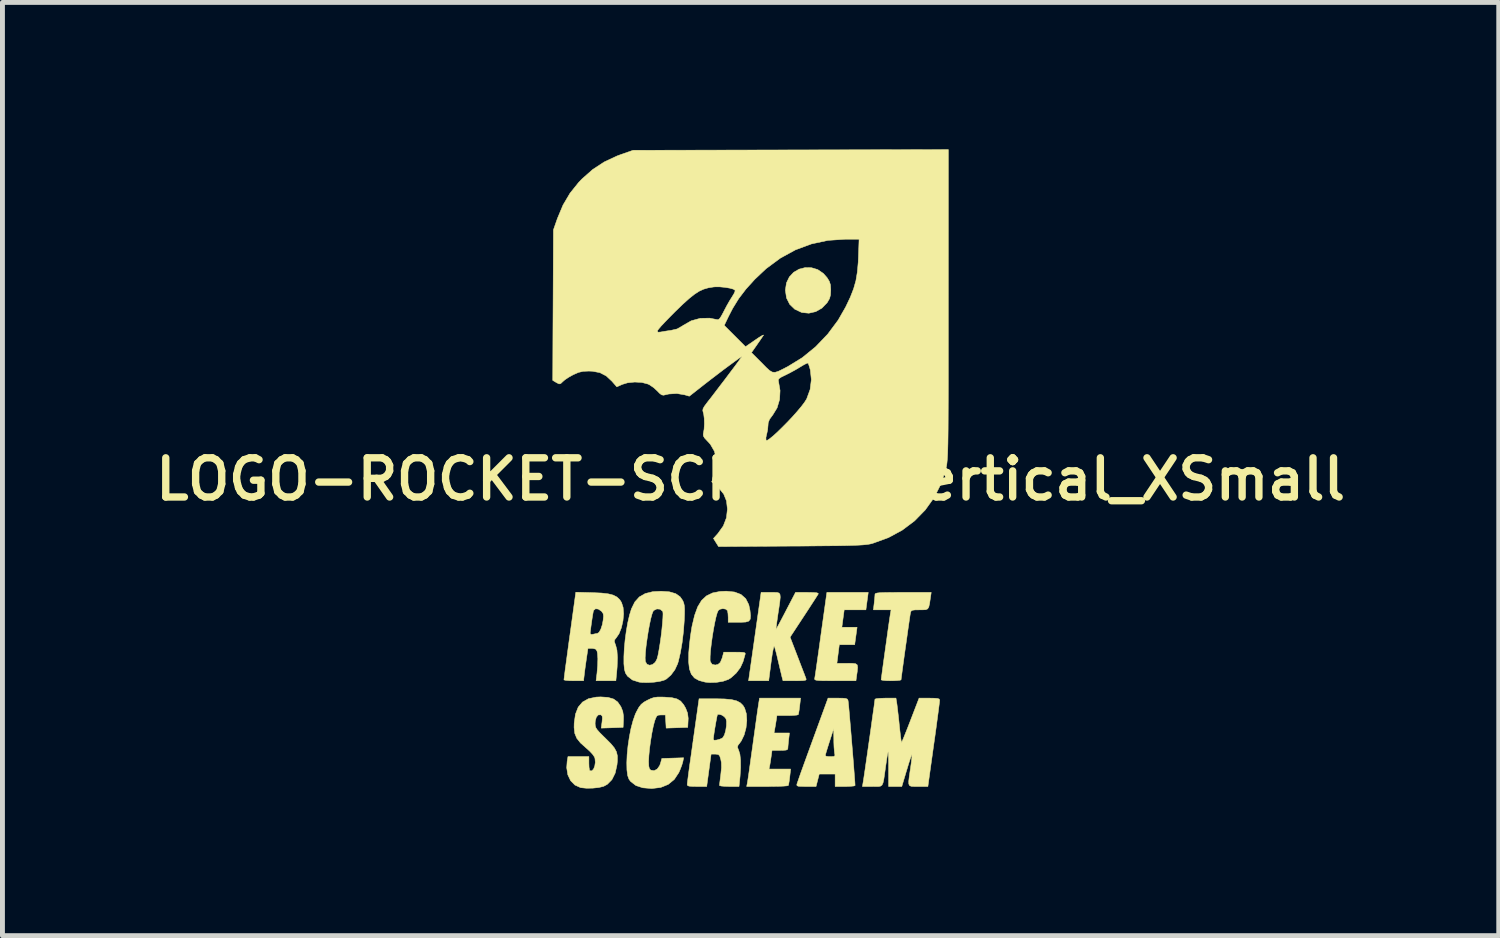
<source format=kicad_pcb>
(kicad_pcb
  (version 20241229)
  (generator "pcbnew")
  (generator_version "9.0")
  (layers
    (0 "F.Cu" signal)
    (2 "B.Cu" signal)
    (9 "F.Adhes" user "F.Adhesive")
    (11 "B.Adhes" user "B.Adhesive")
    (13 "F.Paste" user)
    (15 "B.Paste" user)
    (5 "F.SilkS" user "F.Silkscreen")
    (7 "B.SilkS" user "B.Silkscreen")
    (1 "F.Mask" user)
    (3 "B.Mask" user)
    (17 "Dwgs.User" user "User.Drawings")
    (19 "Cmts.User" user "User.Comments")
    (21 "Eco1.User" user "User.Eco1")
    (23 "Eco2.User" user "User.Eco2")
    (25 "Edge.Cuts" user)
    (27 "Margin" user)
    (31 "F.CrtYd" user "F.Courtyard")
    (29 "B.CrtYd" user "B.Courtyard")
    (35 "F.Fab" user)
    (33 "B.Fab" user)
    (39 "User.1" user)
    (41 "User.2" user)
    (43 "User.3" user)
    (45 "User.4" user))
  (footprint "LOGO-ROCKET-SCREAM_Vertical_XSmall"
    (layer "F.Cu")
    (at 12.278 6.737)
    (property "Reference" "LOGO-ROCKET-SCREAM_Vertical_XSmall" (at 0 0 0) (layer "F.SilkS") (effects (font (size 0.8 0.8) (thickness 0.15))))
    (attr through_hole)
    (fp_poly (pts (xy 1.243 -4.32) (xy 1.37 -4.282) (xy 1.486 -4.203) (xy 1.562 -4.117) (xy 1.608 -4.042) (xy 1.631 -3.97) (xy 1.637 -3.877) (xy 1.637 -3.861) (xy 1.632 -3.763) (xy 1.612 -3.689) (xy 1.57 -3.616) (xy 1.562 -3.604) (xy 1.457 -3.495) (xy 1.33 -3.423) (xy 1.19 -3.391) (xy 1.05 -3.405) (xy 1.042 -3.407) (xy 0.903 -3.472) (xy 0.799 -3.572) (xy 0.734 -3.702) (xy 0.711 -3.859) (xy 0.711 -3.864) (xy 0.733 -4.01) (xy 0.792 -4.132) (xy 0.88 -4.226) (xy 0.99 -4.29) (xy 1.114 -4.322) (xy 1.243 -4.32)) (stroke (width 0.01) (type solid)) (fill yes) (layer "F.SilkS"))
    (fp_poly (pts (xy 2.355 2.667) (xy 1.912 2.667) (xy 1.864 3.023) (xy 2.175 3.023) (xy 2.126 3.378) (xy 1.812 3.378) (xy 1.763 3.759) (xy 1.974 3.759) (xy 2.08 3.76) (xy 2.145 3.767) (xy 2.178 3.792) (xy 2.186 3.843) (xy 2.178 3.929) (xy 2.168 3.997) (xy 2.152 4.115) (xy 1.726 4.115) (xy 1.57 4.114) (xy 1.457 4.113) (xy 1.382 4.109) (xy 1.336 4.103) (xy 1.314 4.093) (xy 1.308 4.079) (xy 1.309 4.07) (xy 1.315 4.035) (xy 1.327 3.956) (xy 1.344 3.839) (xy 1.365 3.69) (xy 1.39 3.516) (xy 1.417 3.322) (xy 1.438 3.169) (xy 1.558 2.311) (xy 2.403 2.311) (xy 2.355 2.667)) (stroke (width 0.01) (type solid)) (fill yes) (layer "F.SilkS"))
    (fp_poly (pts (xy 1.003 4.629) (xy 0.992 4.715) (xy 0.981 4.78) (xy 0.974 4.807) (xy 0.945 4.816) (xy 0.878 4.822) (xy 0.785 4.826) (xy 0.75 4.826) (xy 0.538 4.826) (xy 0.522 4.934) (xy 0.508 5.021) (xy 0.494 5.099) (xy 0.492 5.112) (xy 0.479 5.182) (xy 0.794 5.182) (xy 0.778 5.315) (xy 0.769 5.4) (xy 0.763 5.469) (xy 0.762 5.493) (xy 0.755 5.517) (xy 0.725 5.531) (xy 0.663 5.536) (xy 0.6 5.537) (xy 0.438 5.537) (xy 0.421 5.658) (xy 0.408 5.747) (xy 0.395 5.827) (xy 0.391 5.848) (xy 0.377 5.918) (xy 0.818 5.918) (xy 0.8 6.077) (xy 0.789 6.163) (xy 0.778 6.228) (xy 0.77 6.255) (xy 0.742 6.261) (xy 0.672 6.267) (xy 0.569 6.271) (xy 0.441 6.273) (xy 0.339 6.274) (xy -0.08 6.274) (xy -0.066 6.204) (xy -0.059 6.162) (xy -0.046 6.076) (xy -0.028 5.954) (xy -0.007 5.802) (xy 0.017 5.628) (xy 0.044 5.438) (xy 0.051 5.385) (xy 0.078 5.191) (xy 0.103 5.011) (xy 0.125 4.851) (xy 0.144 4.717) (xy 0.159 4.618) (xy 0.168 4.56) (xy 0.169 4.553) (xy 0.183 4.47) (xy 1.021 4.47) (xy 1.003 4.629)) (stroke (width 0.01) (type solid)) (fill yes) (layer "F.SilkS"))
    (fp_poly (pts (xy 0.546 2.313) (xy 0.582 2.325) (xy 0.601 2.354) (xy 0.606 2.408) (xy 0.598 2.492) (xy 0.581 2.614) (xy 0.561 2.743) (xy 0.544 2.863) (xy 0.53 2.964) (xy 0.521 3.034) (xy 0.518 3.065) (xy 0.518 3.066) (xy 0.531 3.046) (xy 0.563 2.989) (xy 0.61 2.901) (xy 0.669 2.789) (xy 0.72 2.691) (xy 0.918 2.311) (xy 1.159 2.311) (xy 1.275 2.313) (xy 1.346 2.318) (xy 1.379 2.328) (xy 1.382 2.343) (xy 1.363 2.373) (xy 1.321 2.439) (xy 1.26 2.533) (xy 1.185 2.649) (xy 1.1 2.779) (xy 1.086 2.8) (xy 0.807 3.225) (xy 0.961 3.625) (xy 1.013 3.761) (xy 1.06 3.883) (xy 1.098 3.981) (xy 1.123 4.048) (xy 1.132 4.07) (xy 1.135 4.091) (xy 1.121 4.104) (xy 1.08 4.111) (xy 1.005 4.114) (xy 0.905 4.115) (xy 0.662 4.115) (xy 0.637 4.02) (xy 0.621 3.952) (xy 0.597 3.852) (xy 0.57 3.737) (xy 0.557 3.683) (xy 0.532 3.576) (xy 0.508 3.485) (xy 0.49 3.424) (xy 0.484 3.408) (xy 0.475 3.42) (xy 0.461 3.474) (xy 0.444 3.563) (xy 0.427 3.679) (xy 0.418 3.745) (xy 0.37 4.115) (xy -0.041 4.115) (xy 0.215 2.311) (xy 0.412 2.311) (xy 0.49 2.311) (xy 0.546 2.313)) (stroke (width 0.01) (type solid)) (fill yes) (layer "F.SilkS"))
    (fp_poly (pts (xy 3.671 2.432) (xy 3.655 2.542) (xy 3.639 2.61) (xy 3.615 2.648) (xy 3.574 2.664) (xy 3.507 2.667) (xy 3.452 2.667) (xy 3.359 2.668) (xy 3.306 2.675) (xy 3.279 2.691) (xy 3.267 2.719) (xy 3.266 2.724) (xy 3.259 2.763) (xy 3.247 2.843) (xy 3.231 2.955) (xy 3.211 3.092) (xy 3.19 3.245) (xy 3.167 3.406) (xy 3.144 3.568) (xy 3.123 3.721) (xy 3.104 3.859) (xy 3.089 3.972) (xy 3.078 4.053) (xy 3.073 4.093) (xy 3.073 4.096) (xy 3.05 4.105) (xy 2.988 4.111) (xy 2.899 4.115) (xy 2.87 4.115) (xy 2.776 4.113) (xy 2.705 4.107) (xy 2.669 4.098) (xy 2.667 4.096) (xy 2.67 4.066) (xy 2.68 3.994) (xy 2.694 3.887) (xy 2.712 3.755) (xy 2.733 3.605) (xy 2.755 3.446) (xy 2.778 3.284) (xy 2.799 3.13) (xy 2.819 2.989) (xy 2.836 2.872) (xy 2.849 2.786) (xy 2.856 2.738) (xy 2.857 2.737) (xy 2.869 2.667) (xy 2.508 2.667) (xy 2.524 2.534) (xy 2.533 2.449) (xy 2.539 2.38) (xy 2.54 2.356) (xy 2.543 2.341) (xy 2.557 2.331) (xy 2.588 2.323) (xy 2.642 2.317) (xy 2.725 2.314) (xy 2.843 2.312) (xy 3.002 2.311) (xy 3.114 2.311) (xy 3.689 2.311) (xy 3.671 2.432)) (stroke (width 0.01) (type solid)) (fill yes) (layer "F.SilkS"))
    (fp_poly (pts (xy 1.881 4.471) (xy 1.942 4.477) (xy 1.974 4.489) (xy 1.988 4.511) (xy 1.992 4.528) (xy 1.996 4.562) (xy 2.004 4.64) (xy 2.014 4.753) (xy 2.026 4.895) (xy 2.04 5.059) (xy 2.055 5.236) (xy 2.07 5.419) (xy 2.085 5.601) (xy 2.099 5.774) (xy 2.111 5.932) (xy 2.121 6.066) (xy 2.129 6.17) (xy 2.133 6.236) (xy 2.134 6.255) (xy 2.11 6.264) (xy 2.048 6.27) (xy 1.959 6.274) (xy 1.93 6.274) (xy 1.727 6.274) (xy 1.727 6.02) (xy 1.402 6.02) (xy 1.337 6.274) (xy 1.135 6.274) (xy 1.035 6.273) (xy 0.976 6.269) (xy 0.949 6.258) (xy 0.944 6.239) (xy 0.948 6.22) (xy 0.96 6.185) (xy 0.987 6.107) (xy 1.027 5.993) (xy 1.079 5.849) (xy 1.14 5.681) (xy 1.153 5.645) (xy 1.524 5.645) (xy 1.547 5.657) (xy 1.603 5.664) (xy 1.629 5.664) (xy 1.694 5.662) (xy 1.721 5.649) (xy 1.721 5.618) (xy 1.718 5.607) (xy 1.711 5.556) (xy 1.704 5.47) (xy 1.7 5.364) (xy 1.7 5.321) (xy 1.697 5.093) (xy 1.611 5.359) (xy 1.576 5.469) (xy 1.548 5.56) (xy 1.53 5.623) (xy 1.524 5.645) (xy 1.153 5.645) (xy 1.208 5.494) (xy 1.272 5.319) (xy 1.582 4.47) (xy 1.781 4.47) (xy 1.881 4.471)) (stroke (width 0.01) (type solid)) (fill yes) (layer "F.SilkS"))
    (fp_poly (pts (xy -1.748 4.45) (xy -1.607 4.461) (xy -1.504 4.486) (xy -1.428 4.531) (xy -1.367 4.604) (xy -1.326 4.675) (xy -1.287 4.775) (xy -1.274 4.881) (xy -1.276 4.928) (xy -1.283 5.067) (xy -1.724 5.082) (xy -1.74 4.813) (xy -1.829 4.813) (xy -1.882 4.817) (xy -1.915 4.836) (xy -1.939 4.882) (xy -1.96 4.94) (xy -1.987 5.044) (xy -2.015 5.182) (xy -2.041 5.339) (xy -2.063 5.499) (xy -2.077 5.646) (xy -2.083 5.764) (xy -2.083 5.766) (xy -2.079 5.857) (xy -2.067 5.91) (xy -2.042 5.938) (xy -2.037 5.941) (xy -1.97 5.952) (xy -1.907 5.919) (xy -1.857 5.849) (xy -1.84 5.803) (xy -1.812 5.702) (xy -1.589 5.695) (xy -1.367 5.688) (xy -1.384 5.771) (xy -1.405 5.842) (xy -1.44 5.932) (xy -1.465 5.99) (xy -1.558 6.13) (xy -1.682 6.232) (xy -1.836 6.294) (xy -2.018 6.316) (xy -2.2 6.301) (xy -2.34 6.256) (xy -2.448 6.173) (xy -2.482 6.128) (xy -2.51 6.052) (xy -2.525 5.936) (xy -2.528 5.79) (xy -2.521 5.623) (xy -2.503 5.444) (xy -2.476 5.263) (xy -2.442 5.088) (xy -2.4 4.93) (xy -2.353 4.796) (xy -2.331 4.75) (xy -2.281 4.658) (xy -2.234 4.597) (xy -2.176 4.551) (xy -2.108 4.513) (xy -2.034 4.478) (xy -1.97 4.457) (xy -1.9 4.448) (xy -1.804 4.448) (xy -1.748 4.45)) (stroke (width 0.01) (type solid)) (fill yes) (layer "F.SilkS"))
    (fp_poly (pts (xy -2.911 4.455) (xy -2.798 4.488) (xy -2.714 4.549) (xy -2.65 4.642) (xy -2.647 4.648) (xy -2.61 4.74) (xy -2.596 4.835) (xy -2.596 4.915) (xy -2.603 5.067) (xy -2.827 5.075) (xy -3.05 5.082) (xy -3.033 4.954) (xy -3.026 4.876) (xy -3.032 4.834) (xy -3.054 4.813) (xy -3.061 4.81) (xy -3.111 4.813) (xy -3.15 4.858) (xy -3.172 4.937) (xy -3.175 4.987) (xy -3.172 5.033) (xy -3.16 5.073) (xy -3.131 5.118) (xy -3.08 5.175) (xy -3.001 5.254) (xy -2.961 5.293) (xy -2.854 5.4) (xy -2.782 5.487) (xy -2.739 5.567) (xy -2.72 5.65) (xy -2.72 5.75) (xy -2.728 5.833) (xy -2.765 6.001) (xy -2.832 6.135) (xy -2.927 6.231) (xy -3.001 6.271) (xy -3.099 6.295) (xy -3.223 6.308) (xy -3.351 6.31) (xy -3.459 6.299) (xy -3.472 6.297) (xy -3.587 6.245) (xy -3.675 6.156) (xy -3.732 6.036) (xy -3.755 5.892) (xy -3.746 5.764) (xy -3.729 5.664) (xy -3.302 5.664) (xy -3.302 5.802) (xy -3.299 5.881) (xy -3.29 5.937) (xy -3.282 5.953) (xy -3.242 5.955) (xy -3.207 5.919) (xy -3.182 5.857) (xy -3.171 5.782) (xy -3.177 5.706) (xy -3.187 5.673) (xy -3.223 5.62) (xy -3.286 5.552) (xy -3.36 5.486) (xy -3.474 5.384) (xy -3.549 5.29) (xy -3.59 5.19) (xy -3.604 5.071) (xy -3.602 4.98) (xy -3.576 4.797) (xy -3.52 4.654) (xy -3.432 4.55) (xy -3.311 4.482) (xy -3.154 4.449) (xy -3.062 4.445) (xy -2.911 4.455)) (stroke (width 0.01) (type solid)) (fill yes) (layer "F.SilkS"))
    (fp_poly (pts (xy -1.658 2.299) (xy -1.53 2.336) (xy -1.439 2.4) (xy -1.385 2.478) (xy -1.365 2.527) (xy -1.353 2.582) (xy -1.348 2.652) (xy -1.349 2.751) (xy -1.354 2.881) (xy -1.371 3.111) (xy -1.398 3.336) (xy -1.434 3.544) (xy -1.475 3.72) (xy -1.49 3.768) (xy -1.546 3.89) (xy -1.627 3.999) (xy -1.72 4.08) (xy -1.765 4.103) (xy -1.852 4.127) (xy -1.969 4.144) (xy -2.097 4.152) (xy -2.216 4.15) (xy -2.276 4.143) (xy -2.413 4.099) (xy -2.513 4.021) (xy -2.555 3.957) (xy -2.576 3.882) (xy -2.587 3.768) (xy -2.587 3.646) (xy -2.153 3.646) (xy -2.15 3.714) (xy -2.149 3.721) (xy -2.116 3.778) (xy -2.063 3.798) (xy -2.002 3.784) (xy -1.947 3.738) (xy -1.911 3.671) (xy -1.891 3.597) (xy -1.871 3.491) (xy -1.85 3.363) (xy -1.83 3.224) (xy -1.813 3.083) (xy -1.8 2.951) (xy -1.791 2.836) (xy -1.788 2.75) (xy -1.792 2.702) (xy -1.794 2.698) (xy -1.847 2.654) (xy -1.914 2.648) (xy -1.975 2.678) (xy -1.991 2.697) (xy -2.013 2.753) (xy -2.039 2.849) (xy -2.065 2.973) (xy -2.091 3.115) (xy -2.114 3.265) (xy -2.134 3.41) (xy -2.147 3.541) (xy -2.153 3.646) (xy -2.587 3.646) (xy -2.587 3.623) (xy -2.579 3.457) (xy -2.562 3.279) (xy -2.538 3.1) (xy -2.508 2.928) (xy -2.472 2.773) (xy -2.433 2.646) (xy -2.364 2.506) (xy -2.272 2.403) (xy -2.151 2.334) (xy -1.997 2.296) (xy -1.826 2.287) (xy -1.658 2.299)) (stroke (width 0.01) (type solid)) (fill yes) (layer "F.SilkS"))
    (fp_poly (pts (xy -0.328 2.303) (xy -0.196 2.353) (xy -0.099 2.439) (xy -0.037 2.561) (xy -0.012 2.678) (xy -0.001 2.787) (xy -0.007 2.857) (xy -0.037 2.897) (xy -0.1 2.916) (xy -0.203 2.921) (xy -0.243 2.921) (xy -0.457 2.921) (xy -0.457 2.821) (xy -0.461 2.746) (xy -0.47 2.689) (xy -0.473 2.682) (xy -0.508 2.652) (xy -0.567 2.642) (xy -0.627 2.655) (xy -0.659 2.678) (xy -0.681 2.726) (xy -0.706 2.814) (xy -0.732 2.932) (xy -0.758 3.07) (xy -0.782 3.217) (xy -0.802 3.364) (xy -0.818 3.5) (xy -0.826 3.614) (xy -0.827 3.697) (xy -0.822 3.725) (xy -0.787 3.779) (xy -0.722 3.794) (xy -0.666 3.782) (xy -0.618 3.741) (xy -0.582 3.655) (xy -0.579 3.646) (xy -0.548 3.531) (xy -0.323 3.531) (xy -0.216 3.532) (xy -0.15 3.536) (xy -0.117 3.545) (xy -0.108 3.561) (xy -0.111 3.575) (xy -0.126 3.627) (xy -0.147 3.702) (xy -0.155 3.728) (xy -0.209 3.846) (xy -0.296 3.961) (xy -0.401 4.055) (xy -0.454 4.088) (xy -0.563 4.126) (xy -0.699 4.148) (xy -0.839 4.152) (xy -0.927 4.143) (xy -1.052 4.11) (xy -1.146 4.058) (xy -1.21 3.981) (xy -1.249 3.874) (xy -1.265 3.731) (xy -1.263 3.546) (xy -1.262 3.535) (xy -1.249 3.382) (xy -1.229 3.21) (xy -1.204 3.049) (xy -1.195 2.997) (xy -1.143 2.779) (xy -1.08 2.606) (xy -1.001 2.475) (xy -0.901 2.382) (xy -0.778 2.322) (xy -0.627 2.292) (xy -0.497 2.286) (xy -0.328 2.303)) (stroke (width 0.01) (type solid)) (fill yes) (layer "F.SilkS"))
    (fp_poly (pts (xy -3.226 2.316) (xy -3.045 2.324) (xy -2.908 2.34) (xy -2.805 2.366) (xy -2.728 2.406) (xy -2.671 2.461) (xy -2.636 2.516) (xy -2.603 2.618) (xy -2.593 2.748) (xy -2.606 2.891) (xy -2.638 3.032) (xy -2.687 3.156) (xy -2.745 3.24) (xy -2.776 3.279) (xy -2.781 3.316) (xy -2.762 3.373) (xy -2.756 3.386) (xy -2.729 3.491) (xy -2.719 3.64) (xy -2.725 3.834) (xy -2.734 3.943) (xy -2.751 4.115) (xy -3.155 4.115) (xy -3.136 3.959) (xy -3.123 3.803) (xy -3.119 3.665) (xy -3.126 3.558) (xy -3.136 3.509) (xy -3.163 3.469) (xy -3.22 3.455) (xy -3.237 3.454) (xy -3.321 3.454) (xy -3.349 3.643) (xy -3.366 3.761) (xy -3.383 3.883) (xy -3.394 3.973) (xy -3.411 4.115) (xy -3.61 4.115) (xy -3.704 4.113) (xy -3.775 4.107) (xy -3.81 4.098) (xy -3.811 4.096) (xy -3.808 4.067) (xy -3.799 3.994) (xy -3.785 3.882) (xy -3.765 3.737) (xy -3.742 3.566) (xy -3.716 3.373) (xy -3.691 3.192) (xy -3.685 3.151) (xy -3.277 3.151) (xy -3.256 3.17) (xy -3.219 3.166) (xy -3.161 3.153) (xy -3.131 3.15) (xy -3.094 3.126) (xy -3.058 3.062) (xy -3.027 2.968) (xy -3.011 2.879) (xy -3.003 2.796) (xy -3.01 2.745) (xy -3.036 2.705) (xy -3.046 2.694) (xy -3.11 2.651) (xy -3.166 2.645) (xy -3.205 2.678) (xy -3.212 2.699) (xy -3.222 2.756) (xy -3.236 2.842) (xy -3.25 2.939) (xy -3.263 3.034) (xy -3.273 3.11) (xy -3.277 3.151) (xy -3.685 3.151) (xy -3.569 2.307) (xy -3.226 2.316)) (stroke (width 0.01) (type solid)) (fill yes) (layer "F.SilkS"))
    (fp_poly (pts (xy -0.529 4.487) (xy -0.39 4.5) (xy -0.287 4.525) (xy -0.211 4.564) (xy -0.155 4.619) (xy -0.121 4.675) (xy -0.086 4.79) (xy -0.077 4.93) (xy -0.093 5.079) (xy -0.132 5.223) (xy -0.19 5.344) (xy -0.218 5.382) (xy -0.258 5.435) (xy -0.267 5.473) (xy -0.25 5.52) (xy -0.243 5.535) (xy -0.218 5.616) (xy -0.205 5.737) (xy -0.204 5.891) (xy -0.215 6.069) (xy -0.22 6.118) (xy -0.236 6.274) (xy -0.435 6.274) (xy -0.529 6.271) (xy -0.599 6.265) (xy -0.633 6.255) (xy -0.635 6.252) (xy -0.632 6.219) (xy -0.623 6.148) (xy -0.611 6.055) (xy -0.608 6.028) (xy -0.594 5.891) (xy -0.596 5.788) (xy -0.609 5.719) (xy -0.63 5.652) (xy -0.657 5.622) (xy -0.704 5.614) (xy -0.721 5.613) (xy -0.806 5.613) (xy -0.851 5.944) (xy -0.896 6.274) (xy -1.096 6.274) (xy -1.197 6.272) (xy -1.257 6.267) (xy -1.286 6.255) (xy -1.294 6.234) (xy -1.294 6.229) (xy -1.29 6.194) (xy -1.28 6.115) (xy -1.265 5.998) (xy -1.245 5.849) (xy -1.22 5.675) (xy -1.193 5.482) (xy -1.172 5.334) (xy -1.17 5.318) (xy -0.762 5.318) (xy -0.742 5.33) (xy -0.693 5.326) (xy -0.634 5.311) (xy -0.582 5.288) (xy -0.565 5.275) (xy -0.533 5.219) (xy -0.508 5.132) (xy -0.493 5.034) (xy -0.491 4.945) (xy -0.502 4.892) (xy -0.539 4.847) (xy -0.594 4.813) (xy -0.647 4.799) (xy -0.676 4.807) (xy -0.684 4.835) (xy -0.697 4.9) (xy -0.713 4.988) (xy -0.73 5.087) (xy -0.745 5.183) (xy -0.756 5.263) (xy -0.761 5.314) (xy -0.762 5.318) (xy -1.17 5.318) (xy -1.052 4.483) (xy -0.71 4.483) (xy -0.529 4.487)) (stroke (width 0.01) (type solid)) (fill yes) (layer "F.SilkS"))
    (fp_poly (pts (xy 2.983 4.553) (xy 2.991 4.608) (xy 3.002 4.702) (xy 3.016 4.822) (xy 3.031 4.958) (xy 3.035 5.002) (xy 3.049 5.132) (xy 3.062 5.243) (xy 3.073 5.326) (xy 3.08 5.371) (xy 3.082 5.376) (xy 3.093 5.356) (xy 3.119 5.296) (xy 3.157 5.202) (xy 3.205 5.082) (xy 3.259 4.943) (xy 3.265 4.927) (xy 3.441 4.47) (xy 3.651 4.47) (xy 3.755 4.472) (xy 3.818 4.477) (xy 3.85 4.488) (xy 3.861 4.508) (xy 3.861 4.515) (xy 3.858 4.55) (xy 3.848 4.629) (xy 3.833 4.746) (xy 3.813 4.895) (xy 3.79 5.069) (xy 3.763 5.263) (xy 3.741 5.417) (xy 3.621 6.274) (xy 3.423 6.274) (xy 3.341 6.274) (xy 3.283 6.271) (xy 3.248 6.257) (xy 3.231 6.223) (xy 3.23 6.164) (xy 3.241 6.07) (xy 3.261 5.934) (xy 3.266 5.904) (xy 3.281 5.793) (xy 3.292 5.702) (xy 3.297 5.642) (xy 3.296 5.624) (xy 3.285 5.643) (xy 3.263 5.702) (xy 3.233 5.793) (xy 3.198 5.908) (xy 3.187 5.944) (xy 3.088 6.274) (xy 2.819 6.274) (xy 2.819 5.914) (xy 2.819 5.786) (xy 2.817 5.68) (xy 2.814 5.604) (xy 2.811 5.567) (xy 2.809 5.565) (xy 2.802 5.593) (xy 2.789 5.66) (xy 2.774 5.758) (xy 2.758 5.867) (xy 2.737 6.019) (xy 2.721 6.128) (xy 2.705 6.2) (xy 2.684 6.245) (xy 2.654 6.267) (xy 2.61 6.275) (xy 2.547 6.275) (xy 2.488 6.274) (xy 2.284 6.274) (xy 2.298 6.191) (xy 2.306 6.144) (xy 2.319 6.056) (xy 2.337 5.935) (xy 2.358 5.789) (xy 2.382 5.623) (xy 2.407 5.447) (xy 2.433 5.266) (xy 2.458 5.089) (xy 2.481 4.922) (xy 2.502 4.772) (xy 2.52 4.648) (xy 2.532 4.555) (xy 2.539 4.502) (xy 2.54 4.492) (xy 2.563 4.482) (xy 2.626 4.475) (xy 2.716 4.471) (xy 2.755 4.47) (xy 2.969 4.47) (xy 2.983 4.553)) (stroke (width 0.01) (type solid)) (fill yes) (layer "F.SilkS"))
    (fp_poly (pts (xy 4.038 -3.576) (xy 4.038 -3.109) (xy 4.038 -2.691) (xy 4.038 -2.317) (xy 4.038 -1.986) (xy 4.037 -1.695) (xy 4.036 -1.44) (xy 4.035 -1.22) (xy 4.034 -1.03) (xy 4.032 -0.869) (xy 4.03 -0.733) (xy 4.027 -0.62) (xy 4.024 -0.527) (xy 4.02 -0.451) (xy 4.016 -0.39) (xy 4.011 -0.34) (xy 4.006 -0.298) (xy 4 -0.263) (xy 3.993 -0.231) (xy 3.989 -0.213) (xy 3.89 0.092) (xy 3.749 0.373) (xy 3.567 0.627) (xy 3.349 0.85) (xy 3.096 1.04) (xy 2.813 1.193) (xy 2.502 1.306) (xy 2.489 1.31) (xy 2.45 1.32) (xy 2.407 1.328) (xy 2.354 1.335) (xy 2.288 1.341) (xy 2.204 1.346) (xy 2.099 1.35) (xy 1.967 1.354) (xy 1.805 1.357) (xy 1.608 1.359) (xy 1.373 1.361) (xy 1.094 1.364) (xy 0.835 1.365) (xy -0.654 1.375) (xy -0.706 1.292) (xy -0.758 1.209) (xy -0.668 1.109) (xy -0.557 0.954) (xy -0.493 0.787) (xy -0.473 0.61) (xy -0.492 0.442) (xy -0.549 0.302) (xy -0.651 0.177) (xy -0.688 0.144) (xy -0.794 0.053) (xy -0.755 -0.044) (xy -0.703 -0.229) (xy -0.698 -0.406) (xy -0.738 -0.57) (xy -0.822 -0.715) (xy -0.873 -0.771) (xy -0.934 -0.836) (xy -0.943 -0.85) (xy 0.313 -0.85) (xy 0.316 -0.796) (xy 0.316 -0.795) (xy 0.339 -0.794) (xy 0.389 -0.826) (xy 0.462 -0.885) (xy 0.55 -0.965) (xy 0.648 -1.061) (xy 0.752 -1.166) (xy 0.855 -1.275) (xy 0.951 -1.383) (xy 1.035 -1.483) (xy 1.101 -1.57) (xy 1.144 -1.638) (xy 1.146 -1.642) (xy 1.216 -1.834) (xy 1.241 -2.033) (xy 1.221 -2.227) (xy 1.22 -2.232) (xy 1.199 -2.307) (xy 1.18 -2.359) (xy 1.172 -2.373) (xy 1.143 -2.366) (xy 1.085 -2.336) (xy 1.015 -2.294) (xy 0.913 -2.233) (xy 0.795 -2.169) (xy 0.715 -2.129) (xy 0.63 -2.088) (xy 0.583 -2.057) (xy 0.566 -2.03) (xy 0.57 -1.999) (xy 0.602 -1.811) (xy 0.592 -1.627) (xy 0.541 -1.457) (xy 0.451 -1.31) (xy 0.445 -1.303) (xy 0.387 -1.224) (xy 0.36 -1.154) (xy 0.356 -1.098) (xy 0.348 -1.008) (xy 0.33 -0.924) (xy 0.328 -0.918) (xy 0.313 -0.85) (xy -0.943 -0.85) (xy -0.963 -0.882) (xy -0.967 -0.923) (xy -0.963 -0.94) (xy -0.949 -1.024) (xy -0.943 -1.131) (xy -0.946 -1.24) (xy -0.957 -1.33) (xy -0.966 -1.361) (xy -0.976 -1.401) (xy -0.971 -1.439) (xy -0.944 -1.489) (xy -0.89 -1.561) (xy -0.872 -1.585) (xy -0.798 -1.679) (xy -0.713 -1.791) (xy -0.62 -1.913) (xy -0.524 -2.038) (xy -0.432 -2.161) (xy -0.346 -2.275) (xy -0.273 -2.373) (xy -0.218 -2.448) (xy -0.185 -2.494) (xy -0.178 -2.505) (xy -0.197 -2.496) (xy -0.25 -2.46) (xy -0.331 -2.401) (xy -0.433 -2.326) (xy -0.552 -2.238) (xy -0.679 -2.141) (xy -0.81 -2.041) (xy -0.938 -1.942) (xy -0.962 -1.923) (xy -1.251 -1.696) (xy -1.346 -1.724) (xy -1.506 -1.751) (xy -1.669 -1.741) (xy -1.725 -1.728) (xy -1.778 -1.716) (xy -1.818 -1.724) (xy -1.861 -1.757) (xy -1.905 -1.803) (xy -1.979 -1.871) (xy -2.061 -1.927) (xy -2.095 -1.944) (xy -2.22 -1.977) (xy -2.366 -1.985) (xy -2.512 -1.97) (xy -2.62 -1.937) (xy -2.732 -1.887) (xy -2.831 -2.001) (xy -2.948 -2.11) (xy -3.077 -2.177) (xy -3.23 -2.206) (xy -3.304 -2.209) (xy -3.419 -2.204) (xy -3.514 -2.182) (xy -3.619 -2.136) (xy -3.623 -2.134) (xy -3.713 -2.084) (xy -3.791 -2.032) (xy -3.834 -1.995) (xy -3.877 -1.954) (xy -3.911 -1.947) (xy -3.96 -1.971) (xy -3.967 -1.975) (xy -4.04 -2.019) (xy -4.036 -3.028) (xy -1.905 -3.028) (xy -1.891 -3.003) (xy -1.841 -3.006) (xy -1.835 -3.007) (xy -1.769 -3.019) (xy -1.679 -3.033) (xy -1.627 -3.04) (xy -1.501 -3.069) (xy -1.39 -3.132) (xy -1.378 -3.141) (xy -1.376 -3.142) (xy -0.538 -3.142) (xy -0.103 -2.707) (xy 0.091 -2.841) (xy 0.172 -2.896) (xy 0.232 -2.932) (xy 0.263 -2.946) (xy 0.264 -2.942) (xy 0.24 -2.906) (xy 0.196 -2.841) (xy 0.14 -2.761) (xy 0.131 -2.747) (xy 0.018 -2.586) (xy 0.231 -2.373) (xy 0.321 -2.281) (xy 0.388 -2.22) (xy 0.444 -2.188) (xy 0.499 -2.183) (xy 0.567 -2.204) (xy 0.659 -2.249) (xy 0.763 -2.303) (xy 1.056 -2.483) (xy 1.329 -2.706) (xy 1.576 -2.964) (xy 1.788 -3.249) (xy 1.942 -3.518) (xy 2.036 -3.716) (xy 2.104 -3.89) (xy 2.151 -4.055) (xy 2.18 -4.229) (xy 2.198 -4.428) (xy 2.203 -4.54) (xy 2.216 -4.902) (xy 1.935 -4.902) (xy 1.58 -4.878) (xy 1.24 -4.805) (xy 0.915 -4.684) (xy 0.607 -4.515) (xy 0.315 -4.299) (xy 0.088 -4.085) (xy -0.094 -3.884) (xy -0.242 -3.69) (xy -0.367 -3.487) (xy -0.448 -3.33) (xy -0.538 -3.142) (xy -1.376 -3.142) (xy -1.212 -3.236) (xy -1.029 -3.286) (xy -0.836 -3.29) (xy -0.694 -3.262) (xy -0.663 -3.259) (xy -0.636 -3.276) (xy -0.604 -3.321) (xy -0.56 -3.401) (xy -0.544 -3.433) (xy -0.489 -3.538) (xy -0.43 -3.642) (xy -0.38 -3.722) (xy -0.376 -3.728) (xy -0.337 -3.793) (xy -0.316 -3.843) (xy -0.317 -3.859) (xy -0.354 -3.883) (xy -0.428 -3.903) (xy -0.525 -3.919) (xy -0.629 -3.929) (xy -0.727 -3.929) (xy -0.761 -3.926) (xy -0.864 -3.909) (xy -0.958 -3.882) (xy -1.05 -3.84) (xy -1.147 -3.777) (xy -1.256 -3.69) (xy -1.384 -3.575) (xy -1.539 -3.425) (xy -1.539 -3.425) (xy -1.65 -3.313) (xy -1.748 -3.212) (xy -1.827 -3.128) (xy -1.88 -3.065) (xy -1.904 -3.031) (xy -1.905 -3.028) (xy -4.036 -3.028) (xy -4.033 -3.556) (xy -4.026 -5.093) (xy -3.945 -5.325) (xy -3.83 -5.6) (xy -3.687 -5.842) (xy -3.509 -6.064) (xy -3.441 -6.134) (xy -3.224 -6.326) (xy -2.99 -6.479) (xy -2.727 -6.602) (xy -2.633 -6.637) (xy -2.4 -6.718) (xy 4.039 -6.732) (xy 4.038 -3.576)) (stroke (width 0.01) (type solid)) (fill yes) (layer "F.SilkS")))
  (gr_rect
    (start -3 -3)
    (end 27.557 16.058)
    (stroke (width 0.1) (type default))
    (fill no)
    (layer "Edge.Cuts")))
</source>
